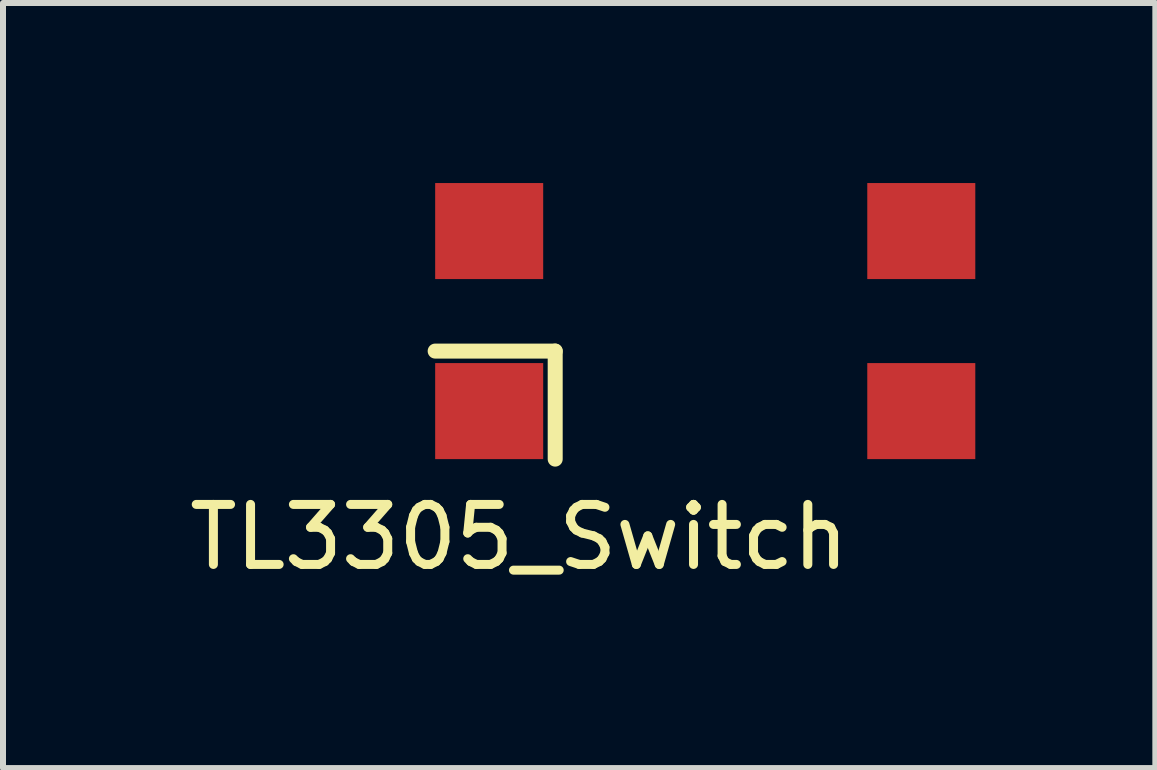
<source format=kicad_pcb>
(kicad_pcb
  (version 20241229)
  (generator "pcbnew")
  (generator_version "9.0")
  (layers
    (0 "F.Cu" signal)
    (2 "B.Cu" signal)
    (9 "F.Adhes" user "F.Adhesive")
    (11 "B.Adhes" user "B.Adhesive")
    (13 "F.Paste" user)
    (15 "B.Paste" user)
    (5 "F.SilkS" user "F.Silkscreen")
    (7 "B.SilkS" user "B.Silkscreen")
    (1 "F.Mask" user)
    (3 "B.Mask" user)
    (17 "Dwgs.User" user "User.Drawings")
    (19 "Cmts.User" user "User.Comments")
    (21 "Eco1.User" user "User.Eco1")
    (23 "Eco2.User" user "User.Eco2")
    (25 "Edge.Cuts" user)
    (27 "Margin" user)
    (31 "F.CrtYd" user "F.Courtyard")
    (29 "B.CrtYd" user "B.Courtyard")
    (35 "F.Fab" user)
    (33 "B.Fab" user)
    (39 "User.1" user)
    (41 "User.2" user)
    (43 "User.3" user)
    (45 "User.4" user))
  (footprint "TL3305_Switch"
    (layer "F.Cu")
    (at 8.701 2.3)
    (property "Reference" "TL3305_Switch" (at -3.1 3.6 0) (layer "F.SilkS") (effects (font (size 1 1) (thickness 0.15))))
    (attr through_hole)
    (fp_line (start -4.5 0.5) (end -2.5 0.5) (stroke (width 0.25) (type solid)) (layer "F.SilkS"))
    (fp_line (start -2.5 0.5) (end -2.5 2.3) (stroke (width 0.25) (type solid)) (layer "F.SilkS"))
    (pad "1" smd rect (at -3.6 1.5) (size 1.8 1.6) (layers "F.Cu" "F.Mask" "F.Paste"))
    (pad "2" smd rect (at 3.6 1.5) (size 1.8 1.6) (layers "F.Cu" "F.Mask" "F.Paste"))
    (pad "3" smd rect (at -3.6 -1.5) (size 1.8 1.6) (layers "F.Cu" "F.Mask" "F.Paste"))
    (pad "4" smd rect (at 3.6 -1.5) (size 1.8 1.6) (layers "F.Cu" "F.Mask" "F.Paste")))
  (gr_rect
    (start -3 -3)
    (end 16.201 9.748)
    (stroke (width 0.1) (type default))
    (fill no)
    (layer "Edge.Cuts")))
</source>
